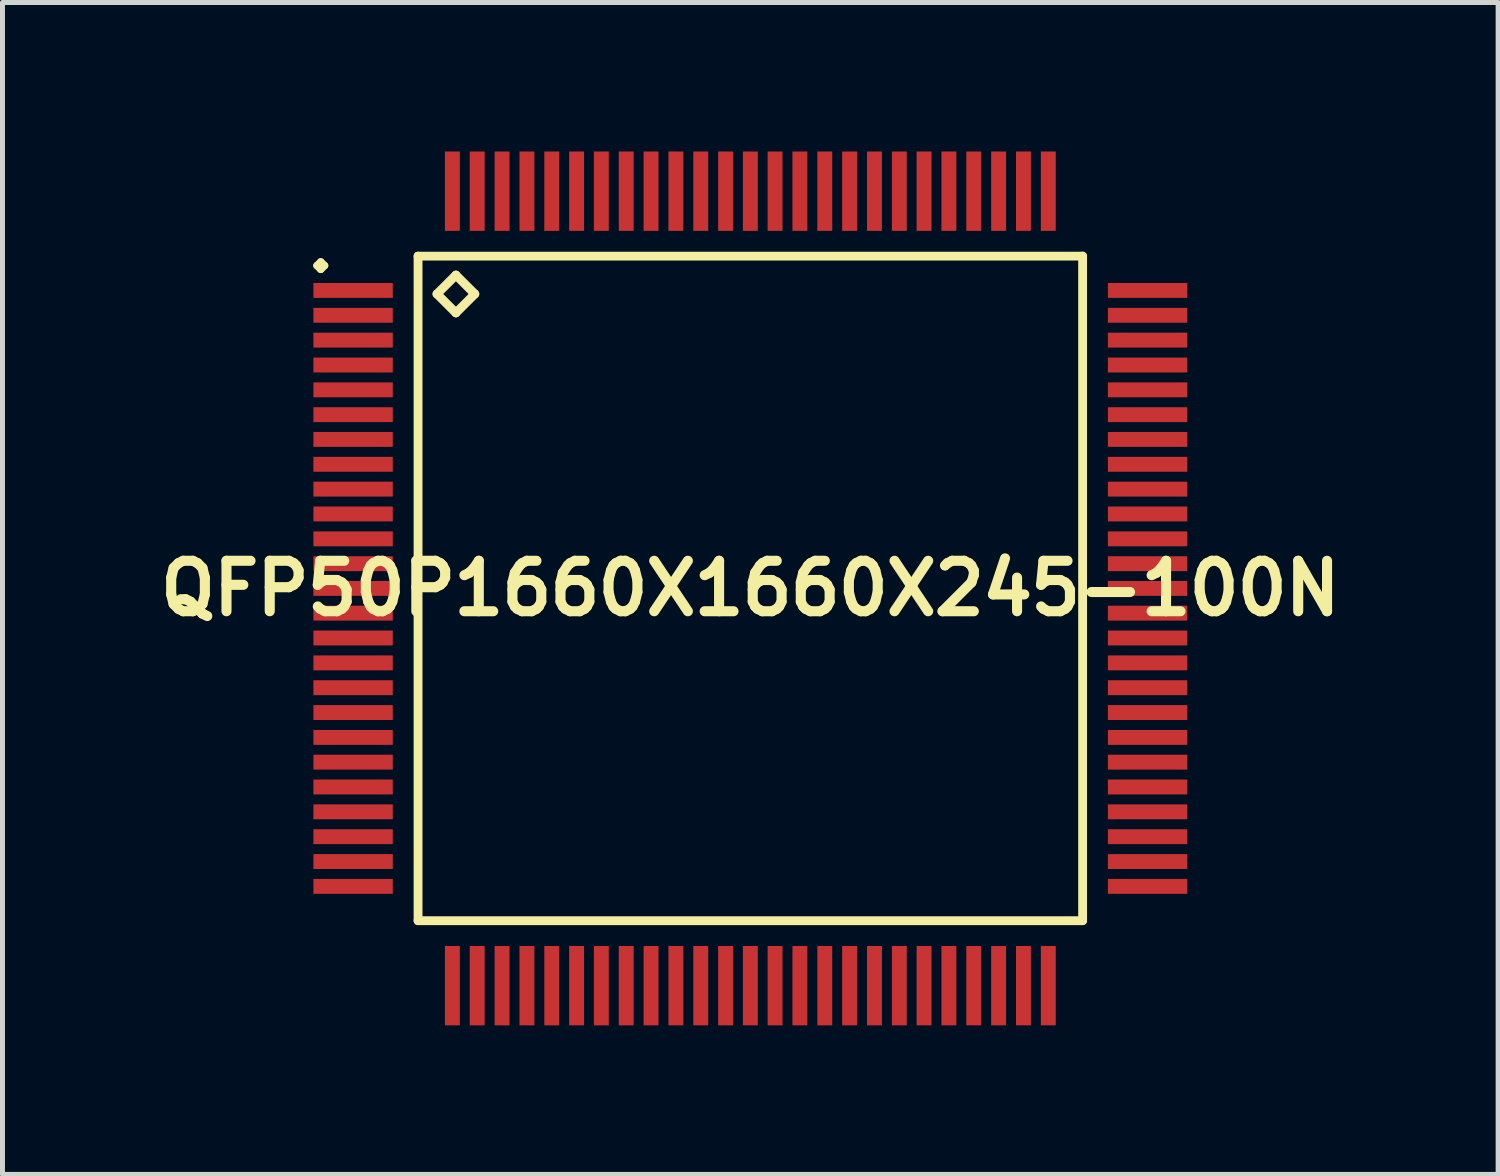
<source format=kicad_pcb>
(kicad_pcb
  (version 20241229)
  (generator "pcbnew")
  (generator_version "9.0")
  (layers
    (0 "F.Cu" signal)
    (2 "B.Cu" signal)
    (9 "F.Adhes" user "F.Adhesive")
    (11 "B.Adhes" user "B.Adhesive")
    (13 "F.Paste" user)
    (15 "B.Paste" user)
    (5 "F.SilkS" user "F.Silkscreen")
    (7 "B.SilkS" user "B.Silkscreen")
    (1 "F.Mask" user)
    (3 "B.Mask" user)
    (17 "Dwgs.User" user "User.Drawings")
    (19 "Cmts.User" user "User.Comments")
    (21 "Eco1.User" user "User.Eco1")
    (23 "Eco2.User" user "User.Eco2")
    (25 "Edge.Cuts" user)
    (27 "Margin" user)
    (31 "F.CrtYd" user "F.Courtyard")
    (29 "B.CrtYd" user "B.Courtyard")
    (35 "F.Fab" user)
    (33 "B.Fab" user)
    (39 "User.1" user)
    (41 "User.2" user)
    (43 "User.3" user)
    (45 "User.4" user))
  (footprint "QFP50P1660X1660X245-100N"
    (layer "F.Cu")
    (at 12.057 8.797)
    (property "Reference" "QFP50P1660X1660X245-100N" (at 0 0 0) (layer "F.SilkS") (effects (font (size 1.016 1.016) (thickness 0.203))))
    (attr smd)
    (fp_line (start -8.725 -6.5) (end -8.649 -6.574) (stroke (width 0.15) (type solid)) (layer "F.SilkS"))
    (fp_line (start -8.649 -6.574) (end -8.572 -6.5) (stroke (width 0.15) (type solid)) (layer "F.SilkS"))
    (fp_line (start -8.649 -6.424) (end -8.725 -6.5) (stroke (width 0.15) (type solid)) (layer "F.SilkS"))
    (fp_line (start -8.572 -6.5) (end -8.649 -6.424) (stroke (width 0.15) (type solid)) (layer "F.SilkS"))
    (fp_line (start -6.69 -6.69) (end -6.69 6.69) (stroke (width 0.178) (type solid)) (layer "F.SilkS"))
    (fp_line (start -6.69 6.69) (end 6.69 6.69) (stroke (width 0.178) (type solid)) (layer "F.SilkS"))
    (fp_line (start -6.309 -5.928) (end -5.928 -6.309) (stroke (width 0.178) (type solid)) (layer "F.SilkS"))
    (fp_line (start -5.928 -6.309) (end -5.547 -5.928) (stroke (width 0.178) (type solid)) (layer "F.SilkS"))
    (fp_line (start -5.928 -5.547) (end -6.309 -5.928) (stroke (width 0.178) (type solid)) (layer "F.SilkS"))
    (fp_line (start -5.547 -5.928) (end -5.928 -5.547) (stroke (width 0.178) (type solid)) (layer "F.SilkS"))
    (fp_line (start 6.69 -6.69) (end -6.69 -6.69) (stroke (width 0.178) (type solid)) (layer "F.SilkS"))
    (fp_line (start 6.69 6.69) (end 6.69 -6.69) (stroke (width 0.178) (type solid)) (layer "F.SilkS"))
    (pad "1" smd rect (at -7.998 -5.999) (size 1.598 0.3) (layers "F.Cu" "F.Mask" "F.Paste"))
    (pad "2" smd rect (at -7.998 -5.499) (size 1.598 0.3) (layers "F.Cu" "F.Mask" "F.Paste"))
    (pad "3" smd rect (at -7.998 -4.999) (size 1.598 0.3) (layers "F.Cu" "F.Mask" "F.Paste"))
    (pad "4" smd rect (at -7.998 -4.498) (size 1.598 0.3) (layers "F.Cu" "F.Mask" "F.Paste"))
    (pad "5" smd rect (at -7.998 -3.998) (size 1.598 0.3) (layers "F.Cu" "F.Mask" "F.Paste"))
    (pad "6" smd rect (at -7.998 -3.498) (size 1.598 0.3) (layers "F.Cu" "F.Mask" "F.Paste"))
    (pad "7" smd rect (at -7.998 -3) (size 1.598 0.3) (layers "F.Cu" "F.Mask" "F.Paste"))
    (pad "8" smd rect (at -7.998 -2.499) (size 1.598 0.3) (layers "F.Cu" "F.Mask" "F.Paste"))
    (pad "9" smd rect (at -7.998 -1.999) (size 1.598 0.3) (layers "F.Cu" "F.Mask" "F.Paste"))
    (pad "10" smd rect (at -7.998 -1.499) (size 1.598 0.3) (layers "F.Cu" "F.Mask" "F.Paste"))
    (pad "11" smd rect (at -7.998 -0.998) (size 1.598 0.3) (layers "F.Cu" "F.Mask" "F.Paste"))
    (pad "12" smd rect (at -7.998 -0.498) (size 1.598 0.3) (layers "F.Cu" "F.Mask" "F.Paste"))
    (pad "13" smd rect (at -7.998 0) (size 1.598 0.3) (layers "F.Cu" "F.Mask" "F.Paste"))
    (pad "14" smd rect (at -7.998 0.498) (size 1.598 0.3) (layers "F.Cu" "F.Mask" "F.Paste"))
    (pad "15" smd rect (at -7.998 0.998) (size 1.598 0.3) (layers "F.Cu" "F.Mask" "F.Paste"))
    (pad "16" smd rect (at -7.998 1.499) (size 1.598 0.3) (layers "F.Cu" "F.Mask" "F.Paste"))
    (pad "17" smd rect (at -7.998 1.999) (size 1.598 0.3) (layers "F.Cu" "F.Mask" "F.Paste"))
    (pad "18" smd rect (at -7.998 2.499) (size 1.598 0.3) (layers "F.Cu" "F.Mask" "F.Paste"))
    (pad "19" smd rect (at -7.998 3) (size 1.598 0.3) (layers "F.Cu" "F.Mask" "F.Paste"))
    (pad "20" smd rect (at -7.998 3.498) (size 1.598 0.3) (layers "F.Cu" "F.Mask" "F.Paste"))
    (pad "21" smd rect (at -7.998 3.998) (size 1.598 0.3) (layers "F.Cu" "F.Mask" "F.Paste"))
    (pad "22" smd rect (at -7.998 4.498) (size 1.598 0.3) (layers "F.Cu" "F.Mask" "F.Paste"))
    (pad "23" smd rect (at -7.998 4.999) (size 1.598 0.3) (layers "F.Cu" "F.Mask" "F.Paste"))
    (pad "24" smd rect (at -7.998 5.499) (size 1.598 0.3) (layers "F.Cu" "F.Mask" "F.Paste"))
    (pad "25" smd rect (at -7.998 5.999) (size 1.598 0.3) (layers "F.Cu" "F.Mask" "F.Paste"))
    (pad "26" smd rect (at -5.999 7.998) (size 0.3 1.598) (layers "F.Cu" "F.Mask" "F.Paste"))
    (pad "27" smd rect (at -5.499 7.998) (size 0.3 1.598) (layers "F.Cu" "F.Mask" "F.Paste"))
    (pad "28" smd rect (at -4.999 7.998) (size 0.3 1.598) (layers "F.Cu" "F.Mask" "F.Paste"))
    (pad "29" smd rect (at -4.498 7.998) (size 0.3 1.598) (layers "F.Cu" "F.Mask" "F.Paste"))
    (pad "30" smd rect (at -3.998 7.998) (size 0.3 1.598) (layers "F.Cu" "F.Mask" "F.Paste"))
    (pad "31" smd rect (at -3.498 7.998) (size 0.3 1.598) (layers "F.Cu" "F.Mask" "F.Paste"))
    (pad "32" smd rect (at -3 7.998) (size 0.3 1.598) (layers "F.Cu" "F.Mask" "F.Paste"))
    (pad "33" smd rect (at -2.499 7.998) (size 0.3 1.598) (layers "F.Cu" "F.Mask" "F.Paste"))
    (pad "34" smd rect (at -1.999 7.998) (size 0.3 1.598) (layers "F.Cu" "F.Mask" "F.Paste"))
    (pad "35" smd rect (at -1.499 7.998) (size 0.3 1.598) (layers "F.Cu" "F.Mask" "F.Paste"))
    (pad "36" smd rect (at -0.998 7.998) (size 0.3 1.598) (layers "F.Cu" "F.Mask" "F.Paste"))
    (pad "37" smd rect (at -0.498 7.998) (size 0.3 1.598) (layers "F.Cu" "F.Mask" "F.Paste"))
    (pad "38" smd rect (at 0 7.998) (size 0.3 1.598) (layers "F.Cu" "F.Mask" "F.Paste"))
    (pad "39" smd rect (at 0.498 7.998) (size 0.3 1.598) (layers "F.Cu" "F.Mask" "F.Paste"))
    (pad "40" smd rect (at 0.998 7.998) (size 0.3 1.598) (layers "F.Cu" "F.Mask" "F.Paste"))
    (pad "41" smd rect (at 1.499 7.998) (size 0.3 1.598) (layers "F.Cu" "F.Mask" "F.Paste"))
    (pad "42" smd rect (at 1.999 7.998) (size 0.3 1.598) (layers "F.Cu" "F.Mask" "F.Paste"))
    (pad "43" smd rect (at 2.499 7.998) (size 0.3 1.598) (layers "F.Cu" "F.Mask" "F.Paste"))
    (pad "44" smd rect (at 3 7.998) (size 0.3 1.598) (layers "F.Cu" "F.Mask" "F.Paste"))
    (pad "45" smd rect (at 3.498 7.998) (size 0.3 1.598) (layers "F.Cu" "F.Mask" "F.Paste"))
    (pad "46" smd rect (at 3.998 7.998) (size 0.3 1.598) (layers "F.Cu" "F.Mask" "F.Paste"))
    (pad "47" smd rect (at 4.498 7.998) (size 0.3 1.598) (layers "F.Cu" "F.Mask" "F.Paste"))
    (pad "48" smd rect (at 4.999 7.998) (size 0.3 1.598) (layers "F.Cu" "F.Mask" "F.Paste"))
    (pad "49" smd rect (at 5.499 7.998) (size 0.3 1.598) (layers "F.Cu" "F.Mask" "F.Paste"))
    (pad "50" smd rect (at 5.999 7.998) (size 0.3 1.598) (layers "F.Cu" "F.Mask" "F.Paste"))
    (pad "51" smd rect (at 7.998 5.999) (size 1.598 0.3) (layers "F.Cu" "F.Mask" "F.Paste"))
    (pad "52" smd rect (at 7.998 5.499) (size 1.598 0.3) (layers "F.Cu" "F.Mask" "F.Paste"))
    (pad "53" smd rect (at 7.998 4.999) (size 1.598 0.3) (layers "F.Cu" "F.Mask" "F.Paste"))
    (pad "54" smd rect (at 7.998 4.498) (size 1.598 0.3) (layers "F.Cu" "F.Mask" "F.Paste"))
    (pad "55" smd rect (at 7.998 3.998) (size 1.598 0.3) (layers "F.Cu" "F.Mask" "F.Paste"))
    (pad "56" smd rect (at 7.998 3.498) (size 1.598 0.3) (layers "F.Cu" "F.Mask" "F.Paste"))
    (pad "57" smd rect (at 7.998 3) (size 1.598 0.3) (layers "F.Cu" "F.Mask" "F.Paste"))
    (pad "58" smd rect (at 7.998 2.499) (size 1.598 0.3) (layers "F.Cu" "F.Mask" "F.Paste"))
    (pad "59" smd rect (at 7.998 1.999) (size 1.598 0.3) (layers "F.Cu" "F.Mask" "F.Paste"))
    (pad "60" smd rect (at 7.998 1.499) (size 1.598 0.3) (layers "F.Cu" "F.Mask" "F.Paste"))
    (pad "61" smd rect (at 7.998 0.998) (size 1.598 0.3) (layers "F.Cu" "F.Mask" "F.Paste"))
    (pad "62" smd rect (at 7.998 0.498) (size 1.598 0.3) (layers "F.Cu" "F.Mask" "F.Paste"))
    (pad "63" smd rect (at 7.998 0) (size 1.598 0.3) (layers "F.Cu" "F.Mask" "F.Paste"))
    (pad "64" smd rect (at 7.998 -0.498) (size 1.598 0.3) (layers "F.Cu" "F.Mask" "F.Paste"))
    (pad "65" smd rect (at 7.998 -0.998) (size 1.598 0.3) (layers "F.Cu" "F.Mask" "F.Paste"))
    (pad "66" smd rect (at 7.998 -1.499) (size 1.598 0.3) (layers "F.Cu" "F.Mask" "F.Paste"))
    (pad "67" smd rect (at 7.998 -1.999) (size 1.598 0.3) (layers "F.Cu" "F.Mask" "F.Paste"))
    (pad "68" smd rect (at 7.998 -2.499) (size 1.598 0.3) (layers "F.Cu" "F.Mask" "F.Paste"))
    (pad "69" smd rect (at 7.998 -3) (size 1.598 0.3) (layers "F.Cu" "F.Mask" "F.Paste"))
    (pad "70" smd rect (at 7.998 -3.498) (size 1.598 0.3) (layers "F.Cu" "F.Mask" "F.Paste"))
    (pad "71" smd rect (at 7.998 -3.998) (size 1.598 0.3) (layers "F.Cu" "F.Mask" "F.Paste"))
    (pad "72" smd rect (at 7.998 -4.498) (size 1.598 0.3) (layers "F.Cu" "F.Mask" "F.Paste"))
    (pad "73" smd rect (at 7.998 -4.999) (size 1.598 0.3) (layers "F.Cu" "F.Mask" "F.Paste"))
    (pad "74" smd rect (at 7.998 -5.499) (size 1.598 0.3) (layers "F.Cu" "F.Mask" "F.Paste"))
    (pad "75" smd rect (at 7.998 -5.999) (size 1.598 0.3) (layers "F.Cu" "F.Mask" "F.Paste"))
    (pad "76" smd rect (at 5.999 -7.998) (size 0.3 1.598) (layers "F.Cu" "F.Mask" "F.Paste"))
    (pad "77" smd rect (at 5.499 -7.998) (size 0.3 1.598) (layers "F.Cu" "F.Mask" "F.Paste"))
    (pad "78" smd rect (at 4.999 -7.998) (size 0.3 1.598) (layers "F.Cu" "F.Mask" "F.Paste"))
    (pad "79" smd rect (at 4.498 -7.998) (size 0.3 1.598) (layers "F.Cu" "F.Mask" "F.Paste"))
    (pad "80" smd rect (at 3.998 -7.998) (size 0.3 1.598) (layers "F.Cu" "F.Mask" "F.Paste"))
    (pad "81" smd rect (at 3.498 -7.998) (size 0.3 1.598) (layers "F.Cu" "F.Mask" "F.Paste"))
    (pad "82" smd rect (at 3 -7.998) (size 0.3 1.598) (layers "F.Cu" "F.Mask" "F.Paste"))
    (pad "83" smd rect (at 2.499 -7.998) (size 0.3 1.598) (layers "F.Cu" "F.Mask" "F.Paste"))
    (pad "84" smd rect (at 1.999 -7.998) (size 0.3 1.598) (layers "F.Cu" "F.Mask" "F.Paste"))
    (pad "85" smd rect (at 1.499 -7.998) (size 0.3 1.598) (layers "F.Cu" "F.Mask" "F.Paste"))
    (pad "86" smd rect (at 0.998 -7.998) (size 0.3 1.598) (layers "F.Cu" "F.Mask" "F.Paste"))
    (pad "87" smd rect (at 0.498 -7.998) (size 0.3 1.598) (layers "F.Cu" "F.Mask" "F.Paste"))
    (pad "88" smd rect (at 0 -7.998) (size 0.3 1.598) (layers "F.Cu" "F.Mask" "F.Paste"))
    (pad "89" smd rect (at -0.498 -7.998) (size 0.3 1.598) (layers "F.Cu" "F.Mask" "F.Paste"))
    (pad "90" smd rect (at -0.998 -7.998) (size 0.3 1.598) (layers "F.Cu" "F.Mask" "F.Paste"))
    (pad "91" smd rect (at -1.499 -7.998) (size 0.3 1.598) (layers "F.Cu" "F.Mask" "F.Paste"))
    (pad "92" smd rect (at -1.999 -7.998) (size 0.3 1.598) (layers "F.Cu" "F.Mask" "F.Paste"))
    (pad "93" smd rect (at -2.499 -7.998) (size 0.3 1.598) (layers "F.Cu" "F.Mask" "F.Paste"))
    (pad "94" smd rect (at -3 -7.998) (size 0.3 1.598) (layers "F.Cu" "F.Mask" "F.Paste"))
    (pad "95" smd rect (at -3.498 -7.998) (size 0.3 1.598) (layers "F.Cu" "F.Mask" "F.Paste"))
    (pad "96" smd rect (at -3.998 -7.998) (size 0.3 1.598) (layers "F.Cu" "F.Mask" "F.Paste"))
    (pad "97" smd rect (at -4.498 -7.998) (size 0.3 1.598) (layers "F.Cu" "F.Mask" "F.Paste"))
    (pad "98" smd rect (at -4.999 -7.998) (size 0.3 1.598) (layers "F.Cu" "F.Mask" "F.Paste"))
    (pad "99" smd rect (at -5.499 -7.998) (size 0.3 1.598) (layers "F.Cu" "F.Mask" "F.Paste"))
    (pad "100" smd rect (at -5.999 -7.998) (size 0.3 1.598) (layers "F.Cu" "F.Mask" "F.Paste")))
  (gr_rect
    (start -3 -3)
    (end 27.113 20.595)
    (stroke (width 0.1) (type default))
    (fill no)
    (layer "Edge.Cuts")))
</source>
